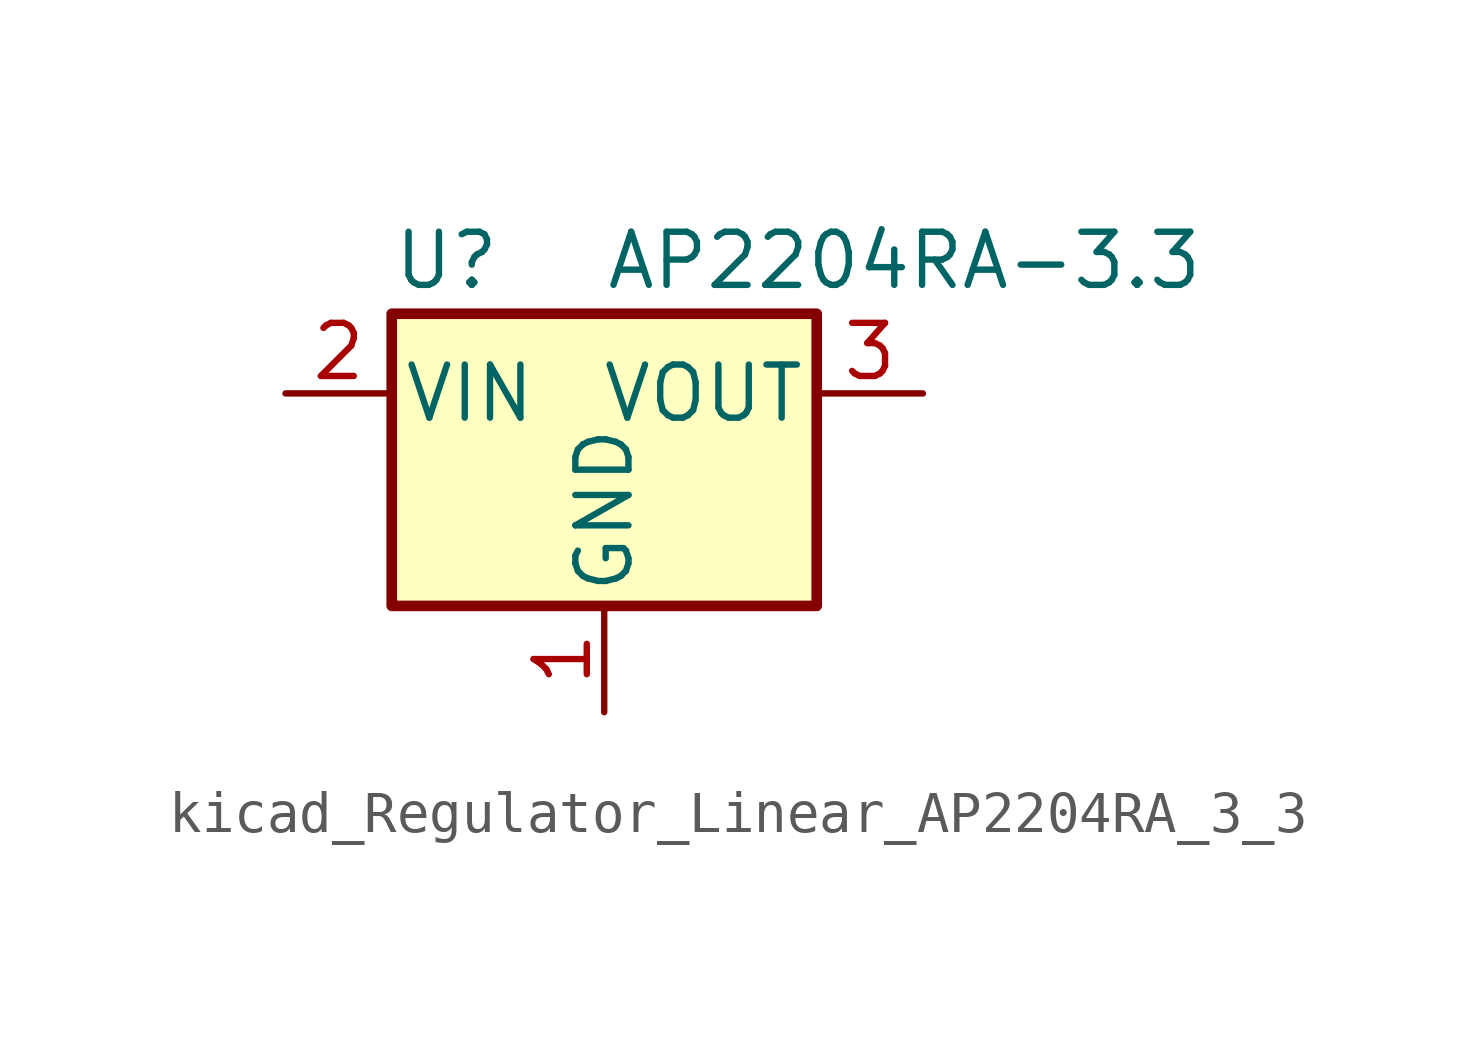
<source format=kicad_sym>
(kicad_symbol_lib
  (version 20220914)
  (generator kicad_symbol_editor)
  (symbol "kicad_Regulator_Linear_AP2204RA_3_3"
    (pin_names
      (offset 0.254))
    (property "Reference" "U"
      (at -5.08 3.175 0)
      (effects (font (size 1.27 1.27)) (justify left)))
    (property "Value" "AP2204RA-3.3"
      (at 0 3.175 0)
      (effects (font (size 1.27 1.27)) (justify left)))
    (symbol "kicad_Regulator_Linear_AP2204RA_3_3_0_1"
      (rectangle (start -5.08 1.905) (end 5.08 -5.08) (stroke (width 0.254) (type default)) (fill (type background))))
    (symbol "kicad_Regulator_Linear_AP2204RA_3_3_1_1"
      (pin power_in line (at 0 -7.62 90) (length 2.54) (name "GND" (effects (font (size 1.27 1.27)))) (number "1" (effects (font (size 1.27 1.27)))))
      (pin power_in line (at -7.62 0 0) (length 2.54) (name "VIN" (effects (font (size 1.27 1.27)))) (number "2" (effects (font (size 1.27 1.27)))))
      (pin power_out line (at 7.62 0 180) (length 2.54) (name "VOUT" (effects (font (size 1.27 1.27)))) (number "3" (effects (font (size 1.27 1.27))))))))
</source>
